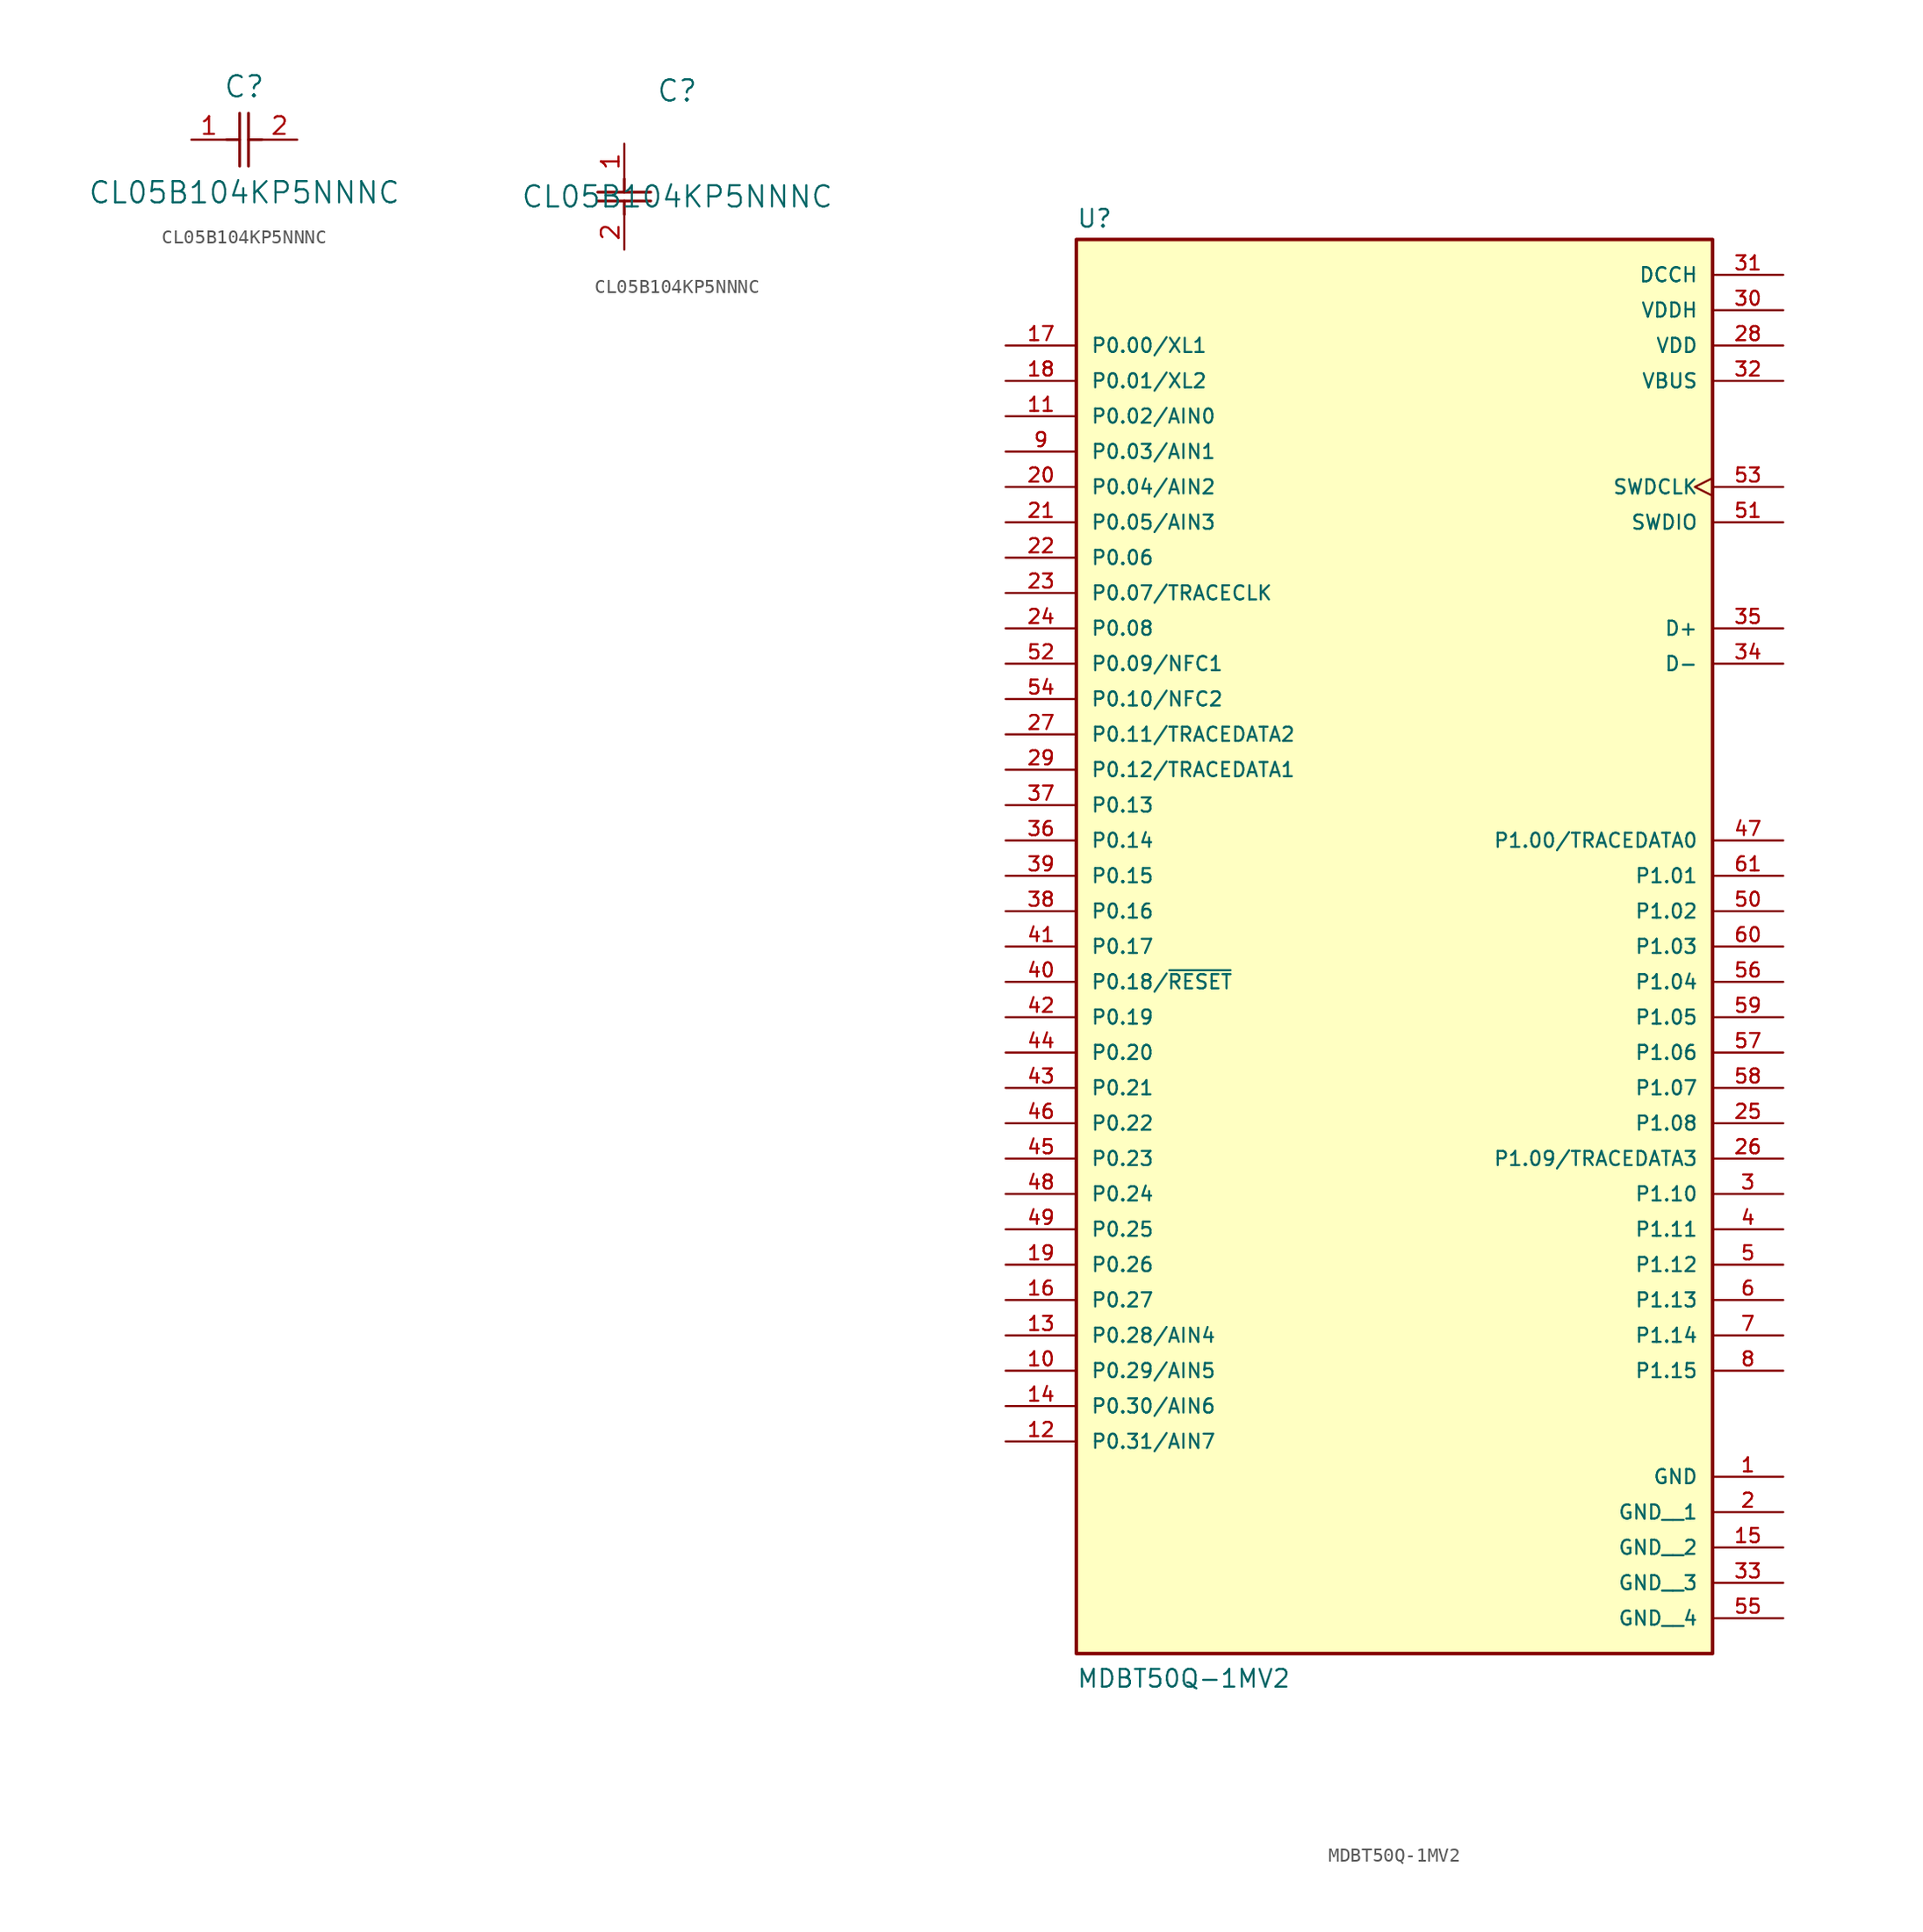
<source format=kicad_sym>
(kicad_symbol_lib
  (version 20231120)
  (generator "kicad_symbol_editor")
  (generator_version "8.0")
  (symbol "CL05B104KP5NNNC"
    (pin_names
      (offset 0.254))
    (property "Reference" "C"
      (at 3.81 3.81 0)
      (effects (font (size 1.524 1.524))))
    (property "Value" "CL05B104KP5NNNC"
      (at 3.81 -3.81 0)
      (effects (font (size 1.524 1.524))))
    (property "ki_locked" ""
      (at 0 0 0)
      (effects (font (size 1.27 1.27))))
    (symbol "CL05B104KP5NNNC_1_1"
      (polyline (pts (xy 2.54 0) (xy 3.48 0)) (stroke (width 0.203) (type default)) (fill (type none)))
      (polyline (pts (xy 3.48 -1.905) (xy 3.48 1.905)) (stroke (width 0.203) (type default)) (fill (type none)))
      (polyline (pts (xy 4.115 -1.905) (xy 4.115 1.905)) (stroke (width 0.203) (type default)) (fill (type none)))
      (polyline (pts (xy 4.115 0) (xy 5.08 0)) (stroke (width 0.203) (type default)) (fill (type none)))
      (pin unspecified line (at 0 0 0) (length 2.54) (name "" (effects (font (size 1.27 1.27)))) (number "1" (effects (font (size 1.27 1.27)))))
      (pin unspecified line (at 7.62 0 180) (length 2.54) (name "" (effects (font (size 1.27 1.27)))) (number "2" (effects (font (size 1.27 1.27))))))
    (symbol "CL05B104KP5NNNC_1_2"
      (polyline (pts (xy -1.905 -4.115) (xy 1.905 -4.115)) (stroke (width 0.203) (type default)) (fill (type none)))
      (polyline (pts (xy -1.905 -3.48) (xy 1.905 -3.48)) (stroke (width 0.203) (type default)) (fill (type none)))
      (polyline (pts (xy 0 -4.115) (xy 0 -5.08)) (stroke (width 0.203) (type default)) (fill (type none)))
      (polyline (pts (xy 0 -2.54) (xy 0 -3.48)) (stroke (width 0.203) (type default)) (fill (type none)))
      (pin unspecified line (at 0 0 270) (length 2.54) (name "" (effects (font (size 1.27 1.27)))) (number "1" (effects (font (size 1.27 1.27)))))
      (pin unspecified line (at 0 -7.62 90) (length 2.54) (name "" (effects (font (size 1.27 1.27)))) (number "2" (effects (font (size 1.27 1.27)))))))
  (symbol "MDBT50Q-1MV2"
    (pin_names
      (offset 1.016))
    (property "Reference" "U"
      (at -22.86 46.482 0)
      (effects (font (size 1.27 1.27)) (justify left bottom)))
    (property "Value" "MDBT50Q-1MV2"
      (at -22.86 -58.42 0)
      (effects (font (size 1.27 1.27)) (justify left bottom)))
    (symbol "MDBT50Q-1MV2_0_0"
      (rectangle (start -22.86 -55.88) (end 22.86 45.72) (stroke (width 0.254) (type default)) (fill (type background)))
      (pin power_in line (at 27.94 -43.18 180) (length 5.08) (name "GND" (effects (font (size 1.016 1.016)))) (number "1" (effects (font (size 1.016 1.016)))))
      (pin bidirectional line (at -27.94 -35.56 0) (length 5.08) (name "P0.29/AIN5" (effects (font (size 1.016 1.016)))) (number "10" (effects (font (size 1.016 1.016)))))
      (pin bidirectional line (at -27.94 33.02 0) (length 5.08) (name "P0.02/AIN0" (effects (font (size 1.016 1.016)))) (number "11" (effects (font (size 1.016 1.016)))))
      (pin bidirectional line (at -27.94 -40.64 0) (length 5.08) (name "P0.31/AIN7" (effects (font (size 1.016 1.016)))) (number "12" (effects (font (size 1.016 1.016)))))
      (pin bidirectional line (at -27.94 -33.02 0) (length 5.08) (name "P0.28/AIN4" (effects (font (size 1.016 1.016)))) (number "13" (effects (font (size 1.016 1.016)))))
      (pin bidirectional line (at -27.94 -38.1 0) (length 5.08) (name "P0.30/AIN6" (effects (font (size 1.016 1.016)))) (number "14" (effects (font (size 1.016 1.016)))))
      (pin power_in line (at 27.94 -48.26 180) (length 5.08) (name "GND__2" (effects (font (size 1.016 1.016)))) (number "15" (effects (font (size 1.016 1.016)))))
      (pin bidirectional line (at -27.94 -30.48 0) (length 5.08) (name "P0.27" (effects (font (size 1.016 1.016)))) (number "16" (effects (font (size 1.016 1.016)))))
      (pin bidirectional line (at -27.94 38.1 0) (length 5.08) (name "P0.00/XL1" (effects (font (size 1.016 1.016)))) (number "17" (effects (font (size 1.016 1.016)))))
      (pin bidirectional line (at -27.94 35.56 0) (length 5.08) (name "P0.01/XL2" (effects (font (size 1.016 1.016)))) (number "18" (effects (font (size 1.016 1.016)))))
      (pin bidirectional line (at -27.94 -27.94 0) (length 5.08) (name "P0.26" (effects (font (size 1.016 1.016)))) (number "19" (effects (font (size 1.016 1.016)))))
      (pin power_in line (at 27.94 -45.72 180) (length 5.08) (name "GND__1" (effects (font (size 1.016 1.016)))) (number "2" (effects (font (size 1.016 1.016)))))
      (pin bidirectional line (at -27.94 27.94 0) (length 5.08) (name "P0.04/AIN2" (effects (font (size 1.016 1.016)))) (number "20" (effects (font (size 1.016 1.016)))))
      (pin bidirectional line (at -27.94 25.4 0) (length 5.08) (name "P0.05/AIN3" (effects (font (size 1.016 1.016)))) (number "21" (effects (font (size 1.016 1.016)))))
      (pin bidirectional line (at -27.94 22.86 0) (length 5.08) (name "P0.06" (effects (font (size 1.016 1.016)))) (number "22" (effects (font (size 1.016 1.016)))))
      (pin bidirectional line (at -27.94 20.32 0) (length 5.08) (name "P0.07/TRACECLK" (effects (font (size 1.016 1.016)))) (number "23" (effects (font (size 1.016 1.016)))))
      (pin bidirectional line (at -27.94 17.78 0) (length 5.08) (name "P0.08" (effects (font (size 1.016 1.016)))) (number "24" (effects (font (size 1.016 1.016)))))
      (pin bidirectional line (at 27.94 -17.78 180) (length 5.08) (name "P1.08" (effects (font (size 1.016 1.016)))) (number "25" (effects (font (size 1.016 1.016)))))
      (pin bidirectional line (at 27.94 -20.32 180) (length 5.08) (name "P1.09/TRACEDATA3" (effects (font (size 1.016 1.016)))) (number "26" (effects (font (size 1.016 1.016)))))
      (pin bidirectional line (at -27.94 10.16 0) (length 5.08) (name "P0.11/TRACEDATA2" (effects (font (size 1.016 1.016)))) (number "27" (effects (font (size 1.016 1.016)))))
      (pin power_in line (at 27.94 38.1 180) (length 5.08) (name "VDD" (effects (font (size 1.016 1.016)))) (number "28" (effects (font (size 1.016 1.016)))))
      (pin bidirectional line (at -27.94 7.62 0) (length 5.08) (name "P0.12/TRACEDATA1" (effects (font (size 1.016 1.016)))) (number "29" (effects (font (size 1.016 1.016)))))
      (pin bidirectional line (at 27.94 -22.86 180) (length 5.08) (name "P1.10" (effects (font (size 1.016 1.016)))) (number "3" (effects (font (size 1.016 1.016)))))
      (pin power_in line (at 27.94 40.64 180) (length 5.08) (name "VDDH" (effects (font (size 1.016 1.016)))) (number "30" (effects (font (size 1.016 1.016)))))
      (pin power_in line (at 27.94 43.18 180) (length 5.08) (name "DCCH" (effects (font (size 1.016 1.016)))) (number "31" (effects (font (size 1.016 1.016)))))
      (pin power_in line (at 27.94 35.56 180) (length 5.08) (name "VBUS" (effects (font (size 1.016 1.016)))) (number "32" (effects (font (size 1.016 1.016)))))
      (pin power_in line (at 27.94 -50.8 180) (length 5.08) (name "GND__3" (effects (font (size 1.016 1.016)))) (number "33" (effects (font (size 1.016 1.016)))))
      (pin bidirectional line (at 27.94 15.24 180) (length 5.08) (name "D-" (effects (font (size 1.016 1.016)))) (number "34" (effects (font (size 1.016 1.016)))))
      (pin bidirectional line (at 27.94 17.78 180) (length 5.08) (name "D+" (effects (font (size 1.016 1.016)))) (number "35" (effects (font (size 1.016 1.016)))))
      (pin bidirectional line (at -27.94 2.54 0) (length 5.08) (name "P0.14" (effects (font (size 1.016 1.016)))) (number "36" (effects (font (size 1.016 1.016)))))
      (pin bidirectional line (at -27.94 5.08 0) (length 5.08) (name "P0.13" (effects (font (size 1.016 1.016)))) (number "37" (effects (font (size 1.016 1.016)))))
      (pin bidirectional line (at -27.94 -2.54 0) (length 5.08) (name "P0.16" (effects (font (size 1.016 1.016)))) (number "38" (effects (font (size 1.016 1.016)))))
      (pin bidirectional line (at -27.94 0 0) (length 5.08) (name "P0.15" (effects (font (size 1.016 1.016)))) (number "39" (effects (font (size 1.016 1.016)))))
      (pin bidirectional line (at 27.94 -25.4 180) (length 5.08) (name "P1.11" (effects (font (size 1.016 1.016)))) (number "4" (effects (font (size 1.016 1.016)))))
      (pin bidirectional line (at -27.94 -7.62 0) (length 5.08) (name "P0.18/~{RESET}" (effects (font (size 1.016 1.016)))) (number "40" (effects (font (size 1.016 1.016)))))
      (pin bidirectional line (at -27.94 -5.08 0) (length 5.08) (name "P0.17" (effects (font (size 1.016 1.016)))) (number "41" (effects (font (size 1.016 1.016)))))
      (pin bidirectional line (at -27.94 -10.16 0) (length 5.08) (name "P0.19" (effects (font (size 1.016 1.016)))) (number "42" (effects (font (size 1.016 1.016)))))
      (pin bidirectional line (at -27.94 -15.24 0) (length 5.08) (name "P0.21" (effects (font (size 1.016 1.016)))) (number "43" (effects (font (size 1.016 1.016)))))
      (pin bidirectional line (at -27.94 -12.7 0) (length 5.08) (name "P0.20" (effects (font (size 1.016 1.016)))) (number "44" (effects (font (size 1.016 1.016)))))
      (pin bidirectional line (at -27.94 -20.32 0) (length 5.08) (name "P0.23" (effects (font (size 1.016 1.016)))) (number "45" (effects (font (size 1.016 1.016)))))
      (pin bidirectional line (at -27.94 -17.78 0) (length 5.08) (name "P0.22" (effects (font (size 1.016 1.016)))) (number "46" (effects (font (size 1.016 1.016)))))
      (pin bidirectional line (at 27.94 2.54 180) (length 5.08) (name "P1.00/TRACEDATA0" (effects (font (size 1.016 1.016)))) (number "47" (effects (font (size 1.016 1.016)))))
      (pin bidirectional line (at -27.94 -22.86 0) (length 5.08) (name "P0.24" (effects (font (size 1.016 1.016)))) (number "48" (effects (font (size 1.016 1.016)))))
      (pin bidirectional line (at -27.94 -25.4 0) (length 5.08) (name "P0.25" (effects (font (size 1.016 1.016)))) (number "49" (effects (font (size 1.016 1.016)))))
      (pin bidirectional line (at 27.94 -27.94 180) (length 5.08) (name "P1.12" (effects (font (size 1.016 1.016)))) (number "5" (effects (font (size 1.016 1.016)))))
      (pin bidirectional line (at 27.94 -2.54 180) (length 5.08) (name "P1.02" (effects (font (size 1.016 1.016)))) (number "50" (effects (font (size 1.016 1.016)))))
      (pin bidirectional line (at 27.94 25.4 180) (length 5.08) (name "SWDIO" (effects (font (size 1.016 1.016)))) (number "51" (effects (font (size 1.016 1.016)))))
      (pin bidirectional line (at -27.94 15.24 0) (length 5.08) (name "P0.09/NFC1" (effects (font (size 1.016 1.016)))) (number "52" (effects (font (size 1.016 1.016)))))
      (pin input clock (at 27.94 27.94 180) (length 5.08) (name "SWDCLK" (effects (font (size 1.016 1.016)))) (number "53" (effects (font (size 1.016 1.016)))))
      (pin bidirectional line (at -27.94 12.7 0) (length 5.08) (name "P0.10/NFC2" (effects (font (size 1.016 1.016)))) (number "54" (effects (font (size 1.016 1.016)))))
      (pin power_in line (at 27.94 -53.34 180) (length 5.08) (name "GND__4" (effects (font (size 1.016 1.016)))) (number "55" (effects (font (size 1.016 1.016)))))
      (pin bidirectional line (at 27.94 -7.62 180) (length 5.08) (name "P1.04" (effects (font (size 1.016 1.016)))) (number "56" (effects (font (size 1.016 1.016)))))
      (pin bidirectional line (at 27.94 -12.7 180) (length 5.08) (name "P1.06" (effects (font (size 1.016 1.016)))) (number "57" (effects (font (size 1.016 1.016)))))
      (pin bidirectional line (at 27.94 -15.24 180) (length 5.08) (name "P1.07" (effects (font (size 1.016 1.016)))) (number "58" (effects (font (size 1.016 1.016)))))
      (pin bidirectional line (at 27.94 -10.16 180) (length 5.08) (name "P1.05" (effects (font (size 1.016 1.016)))) (number "59" (effects (font (size 1.016 1.016)))))
      (pin bidirectional line (at 27.94 -30.48 180) (length 5.08) (name "P1.13" (effects (font (size 1.016 1.016)))) (number "6" (effects (font (size 1.016 1.016)))))
      (pin bidirectional line (at 27.94 -5.08 180) (length 5.08) (name "P1.03" (effects (font (size 1.016 1.016)))) (number "60" (effects (font (size 1.016 1.016)))))
      (pin bidirectional line (at 27.94 0 180) (length 5.08) (name "P1.01" (effects (font (size 1.016 1.016)))) (number "61" (effects (font (size 1.016 1.016)))))
      (pin bidirectional line (at 27.94 -33.02 180) (length 5.08) (name "P1.14" (effects (font (size 1.016 1.016)))) (number "7" (effects (font (size 1.016 1.016)))))
      (pin bidirectional line (at 27.94 -35.56 180) (length 5.08) (name "P1.15" (effects (font (size 1.016 1.016)))) (number "8" (effects (font (size 1.016 1.016)))))
      (pin bidirectional line (at -27.94 30.48 0) (length 5.08) (name "P0.03/AIN1" (effects (font (size 1.016 1.016)))) (number "9" (effects (font (size 1.016 1.016))))))))
</source>
